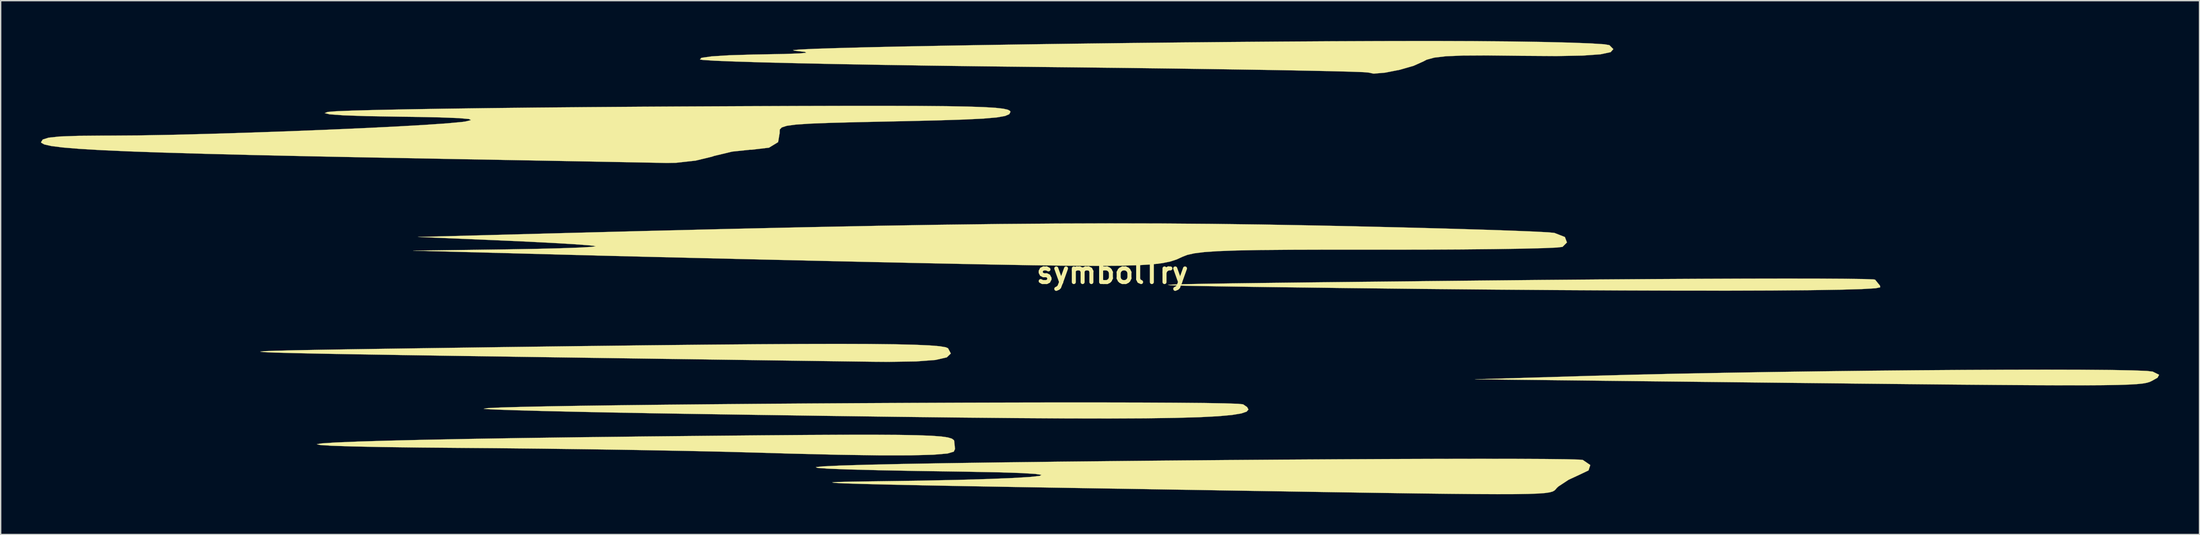
<source format=kicad_pcb>
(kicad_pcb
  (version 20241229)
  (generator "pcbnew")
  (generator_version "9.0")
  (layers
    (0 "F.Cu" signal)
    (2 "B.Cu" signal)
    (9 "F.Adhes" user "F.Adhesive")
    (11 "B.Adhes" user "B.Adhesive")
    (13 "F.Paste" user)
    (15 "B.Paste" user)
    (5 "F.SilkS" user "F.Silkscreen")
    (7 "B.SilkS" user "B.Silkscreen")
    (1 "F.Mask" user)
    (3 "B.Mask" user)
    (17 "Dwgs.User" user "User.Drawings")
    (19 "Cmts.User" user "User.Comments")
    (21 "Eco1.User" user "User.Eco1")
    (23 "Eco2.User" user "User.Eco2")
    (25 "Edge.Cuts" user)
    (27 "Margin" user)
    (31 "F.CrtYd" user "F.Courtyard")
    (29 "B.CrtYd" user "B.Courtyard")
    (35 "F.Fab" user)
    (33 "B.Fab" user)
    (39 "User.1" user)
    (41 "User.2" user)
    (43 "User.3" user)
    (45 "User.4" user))
  (footprint "symbolTry"
    (layer "F.Cu")
    (at 79.733 17.286)
    (property "Reference" "symbolTry" (at 0 0 0) (layer "F.SilkS") (effects (font (size 1.524 1.524) (thickness 0.3))))
    (attr through_hole)
    (fp_poly (pts (xy 72.088 7.224) (xy 74.243 7.242) (xy 75.9 7.272) (xy 76.987 7.314) (xy 77.427 7.366) (xy 77.903 7.602) (xy 77.784 7.82) (xy 77.362 8.058) (xy 77.205 8.132) (xy 76.997 8.196) (xy 76.696 8.251) (xy 76.259 8.296) (xy 75.643 8.332) (xy 74.805 8.359) (xy 73.703 8.377) (xy 72.294 8.386) (xy 70.535 8.385) (xy 68.382 8.376) (xy 65.794 8.358) (xy 62.728 8.332) (xy 59.14 8.296) (xy 54.989 8.253) (xy 50.23 8.2) (xy 44.822 8.139) (xy 43.039 8.119) (xy 26.988 7.938) (xy 35.631 7.68) (xy 38.618 7.599) (xy 41.883 7.524) (xy 45.354 7.457) (xy 48.961 7.396) (xy 52.633 7.344) (xy 56.299 7.299) (xy 59.89 7.264) (xy 63.335 7.239) (xy 66.563 7.223) (xy 69.504 7.218) (xy 72.088 7.224)) (stroke (width 0.01) (type solid)) (fill yes) (layer "F.SilkS"))
    (fp_poly (pts (xy 52.575 0.431) (xy 54.52 0.443) (xy 55.893 0.463) (xy 56.641 0.491) (xy 56.765 0.509) (xy 57.128 0.956) (xy 57.15 1.079) (xy 56.804 1.152) (xy 55.79 1.212) (xy 54.148 1.26) (xy 51.916 1.295) (xy 49.132 1.319) (xy 45.835 1.33) (xy 42.062 1.328) (xy 37.853 1.314) (xy 33.246 1.288) (xy 28.28 1.25) (xy 22.991 1.2) (xy 17.42 1.137) (xy 11.818 1.065) (xy 9.484 1.032) (xy 7.542 1.002) (xy 6.014 0.975) (xy 4.923 0.949) (xy 4.293 0.924) (xy 4.144 0.9) (xy 4.501 0.874) (xy 5.386 0.848) (xy 6.82 0.819) (xy 8.829 0.788) (xy 11.432 0.754) (xy 14.655 0.715) (xy 18.518 0.672) (xy 23.045 0.623) (xy 27.396 0.577) (xy 31.861 0.532) (xy 36.125 0.496) (xy 40.135 0.467) (xy 43.838 0.446) (xy 47.181 0.433) (xy 50.111 0.428) (xy 52.575 0.431)) (stroke (width 0.01) (type solid)) (fill yes) (layer "F.SilkS"))
    (fp_poly (pts (xy -18.053 5.305) (xy -16.176 5.327) (xy -14.704 5.362) (xy -13.606 5.411) (xy -12.847 5.473) (xy -12.394 5.55) (xy -12.227 5.624) (xy -12.02 6.014) (xy -12.318 6.303) (xy -13.165 6.497) (xy -14.605 6.606) (xy -16.684 6.638) (xy -17.815 6.629) (xy -19.216 6.61) (xy -21.222 6.583) (xy -23.734 6.549) (xy -26.652 6.508) (xy -29.875 6.463) (xy -33.304 6.415) (xy -36.838 6.364) (xy -39.158 6.331) (xy -44.452 6.255) (xy -49.058 6.188) (xy -52.991 6.128) (xy -56.269 6.074) (xy -58.908 6.027) (xy -60.926 5.984) (xy -62.339 5.945) (xy -63.163 5.909) (xy -63.416 5.875) (xy -63.113 5.842) (xy -62.273 5.809) (xy -60.911 5.775) (xy -59.045 5.739) (xy -56.691 5.7) (xy -53.866 5.658) (xy -51.682 5.626) (xy -45.359 5.538) (xy -39.707 5.464) (xy -34.695 5.403) (xy -30.289 5.356) (xy -26.454 5.323) (xy -23.159 5.303) (xy -20.37 5.297) (xy -18.053 5.305)) (stroke (width 0.01) (type solid)) (fill yes) (layer "F.SilkS"))
    (fp_poly (pts (xy -15.912 12.081) (xy -14.519 12.106) (xy -13.476 12.145) (xy -12.734 12.2) (xy -12.241 12.271) (xy -11.947 12.359) (xy -11.802 12.464) (xy -11.771 12.52) (xy -11.709 13.135) (xy -11.803 13.333) (xy -12.261 13.469) (xy -13.327 13.56) (xy -15.019 13.606) (xy -17.355 13.607) (xy -20.351 13.563) (xy -24.024 13.475) (xy -26.458 13.403) (xy -28.857 13.338) (xy -31.804 13.274) (xy -35.143 13.213) (xy -38.716 13.157) (xy -42.366 13.109) (xy -45.936 13.071) (xy -47.978 13.055) (xy -51.535 13.024) (xy -54.401 12.986) (xy -56.587 12.941) (xy -58.108 12.89) (xy -58.976 12.834) (xy -59.205 12.775) (xy -58.808 12.712) (xy -57.798 12.647) (xy -56.189 12.581) (xy -53.993 12.514) (xy -51.225 12.447) (xy -47.897 12.381) (xy -44.023 12.317) (xy -39.616 12.256) (xy -34.688 12.198) (xy -34.48 12.196) (xy -29.917 12.149) (xy -26.009 12.112) (xy -22.705 12.086) (xy -19.955 12.072) (xy -17.707 12.07) (xy -15.912 12.081)) (stroke (width 0.01) (type solid)) (fill yes) (layer "F.SilkS"))
    (fp_poly (pts (xy -0.757 9.665) (xy 2.152 9.671) (xy 4.682 9.684) (xy 6.769 9.703) (xy 8.35 9.73) (xy 9.36 9.764) (xy 9.732 9.803) (xy 10.031 10.008) (xy 10.129 10.19) (xy 9.995 10.348) (xy 9.595 10.484) (xy 8.897 10.598) (xy 7.869 10.691) (xy 6.477 10.763) (xy 4.689 10.814) (xy 2.473 10.846) (xy -0.205 10.859) (xy -3.376 10.854) (xy -7.075 10.83) (xy -11.332 10.789) (xy -16.181 10.732) (xy -21.654 10.658) (xy -27.784 10.569) (xy -30.99 10.52) (xy -34.242 10.468) (xy -37.272 10.412) (xy -40.009 10.355) (xy -42.379 10.3) (xy -44.312 10.247) (xy -45.735 10.199) (xy -46.578 10.157) (xy -46.784 10.131) (xy -46.488 10.085) (xy -45.549 10.04) (xy -44.033 9.996) (xy -42.003 9.953) (xy -39.522 9.911) (xy -36.655 9.872) (xy -33.465 9.834) (xy -30.016 9.8) (xy -26.372 9.768) (xy -22.596 9.74) (xy -18.753 9.716) (xy -14.906 9.696) (xy -11.119 9.68) (xy -7.456 9.67) (xy -3.981 9.664) (xy -0.757 9.665)) (stroke (width 0.01) (type solid)) (fill yes) (layer "F.SilkS"))
    (fp_poly (pts (xy 30.004 13.866) (xy 32.149 13.877) (xy 33.734 13.895) (xy 34.708 13.922) (xy 35.013 13.948) (xy 35.57 14.33) (xy 35.439 14.73) (xy 34.837 15.018) (xy 33.958 15.426) (xy 33.202 15.924) (xy 33.08 16.037) (xy 32.995 16.138) (xy 32.906 16.226) (xy 32.77 16.302) (xy 32.546 16.365) (xy 32.193 16.417) (xy 31.668 16.455) (xy 30.931 16.482) (xy 29.939 16.498) (xy 28.651 16.501) (xy 27.025 16.493) (xy 25.02 16.474) (xy 22.594 16.444) (xy 19.705 16.402) (xy 16.312 16.35) (xy 12.373 16.286) (xy 7.846 16.213) (xy 2.69 16.128) (xy -2.117 16.05) (xy -6.76 15.973) (xy -10.714 15.904) (xy -13.994 15.843) (xy -16.616 15.787) (xy -18.597 15.738) (xy -19.951 15.695) (xy -20.696 15.657) (xy -20.847 15.623) (xy -20.419 15.593) (xy -19.429 15.567) (xy -17.894 15.544) (xy -17.639 15.541) (xy -14.372 15.495) (xy -11.564 15.437) (xy -9.239 15.369) (xy -7.422 15.296) (xy -6.137 15.218) (xy -5.41 15.14) (xy -5.265 15.063) (xy -5.727 14.99) (xy -6.82 14.924) (xy -8.57 14.868) (xy -10.936 14.824) (xy -14.539 14.77) (xy -17.438 14.714) (xy -19.638 14.658) (xy -21.141 14.6) (xy -21.95 14.542) (xy -22.068 14.484) (xy -21.497 14.425) (xy -20.24 14.367) (xy -18.301 14.308) (xy -15.682 14.249) (xy -12.386 14.191) (xy -8.415 14.133) (xy -3.774 14.076) (xy 1.537 14.02) (xy 3.704 13.999) (xy 8.307 13.958) (xy 12.715 13.925) (xy 16.875 13.899) (xy 20.736 13.88) (xy 24.246 13.868) (xy 27.353 13.863) (xy 30.004 13.866)) (stroke (width 0.01) (type solid)) (fill yes) (layer "F.SilkS"))
    (fp_poly (pts (xy 23.959 -17.281) (xy 26.881 -17.271) (xy 29.588 -17.247) (xy 31.998 -17.209) (xy 34.028 -17.16) (xy 35.593 -17.101) (xy 36.611 -17.036) (xy 36.991 -16.972) (xy 37.286 -16.673) (xy 37.08 -16.446) (xy 36.333 -16.288) (xy 35.005 -16.193) (xy 33.055 -16.157) (xy 30.445 -16.175) (xy 30.229 -16.179) (xy 27.858 -16.205) (xy 26.09 -16.195) (xy 24.825 -16.143) (xy 23.96 -16.041) (xy 23.394 -15.886) (xy 23.142 -15.754) (xy 22.413 -15.427) (xy 21.388 -15.133) (xy 20.317 -14.923) (xy 19.448 -14.846) (xy 19.048 -14.928) (xy 18.675 -14.959) (xy 17.654 -14.995) (xy 16.041 -15.036) (xy 13.895 -15.08) (xy 11.272 -15.127) (xy 8.229 -15.174) (xy 4.824 -15.223) (xy 1.113 -15.271) (xy -2.845 -15.317) (xy -5.644 -15.347) (xy -9.75 -15.394) (xy -13.655 -15.446) (xy -17.301 -15.503) (xy -20.631 -15.564) (xy -23.584 -15.626) (xy -26.104 -15.689) (xy -28.132 -15.751) (xy -29.61 -15.811) (xy -30.479 -15.868) (xy -30.692 -15.904) (xy -30.577 -16.027) (xy -29.828 -16.133) (xy -28.518 -16.216) (xy -26.718 -16.271) (xy -26.282 -16.278) (xy -24.446 -16.312) (xy -23.286 -16.353) (xy -22.774 -16.404) (xy -22.879 -16.468) (xy -23.573 -16.548) (xy -23.636 -16.553) (xy -23.764 -16.598) (xy -23.244 -16.646) (xy -22.134 -16.698) (xy -20.491 -16.752) (xy -18.374 -16.808) (xy -15.838 -16.865) (xy -12.943 -16.921) (xy -9.746 -16.976) (xy -6.304 -17.03) (xy -2.675 -17.08) (xy 1.083 -17.127) (xy 4.913 -17.169) (xy 8.757 -17.206) (xy 12.557 -17.236) (xy 16.257 -17.26) (xy 19.797 -17.275) (xy 23.121 -17.281) (xy 23.959 -17.281)) (stroke (width 0.01) (type solid)) (fill yes) (layer "F.SilkS"))
    (fp_poly (pts (xy 3.595 -3.678) (xy 7.336 -3.649) (xy 11.067 -3.601) (xy 14.859 -3.533) (xy 15.346 -3.524) (xy 18.732 -3.45) (xy 21.926 -3.374) (xy 24.855 -3.296) (xy 27.444 -3.219) (xy 29.618 -3.146) (xy 31.304 -3.079) (xy 32.426 -3.02) (xy 32.897 -2.975) (xy 33.68 -2.668) (xy 33.832 -2.262) (xy 33.503 -1.933) (xy 33.079 -1.883) (xy 32.029 -1.838) (xy 30.433 -1.799) (xy 28.369 -1.767) (xy 25.916 -1.743) (xy 23.155 -1.728) (xy 20.164 -1.724) (xy 19.705 -1.725) (xy 16.202 -1.726) (xy 13.334 -1.718) (xy 11.033 -1.699) (xy 9.228 -1.665) (xy 7.85 -1.614) (xy 6.828 -1.544) (xy 6.094 -1.452) (xy 5.577 -1.335) (xy 5.207 -1.191) (xy 5.18 -1.177) (xy 4.78 -0.993) (xy 4.313 -0.841) (xy 3.718 -0.72) (xy 2.934 -0.629) (xy 1.901 -0.565) (xy 0.556 -0.528) (xy -1.159 -0.517) (xy -3.308 -0.529) (xy -5.95 -0.565) (xy -9.146 -0.622) (xy -12.958 -0.699) (xy -14.993 -0.742) (xy -18.745 -0.824) (xy -22.776 -0.915) (xy -26.918 -1.011) (xy -31.004 -1.108) (xy -34.867 -1.201) (xy -38.338 -1.288) (xy -40.922 -1.356) (xy -52.035 -1.652) (xy -44.979 -1.749) (xy -42.877 -1.785) (xy -41.077 -1.83) (xy -39.674 -1.88) (xy -38.764 -1.931) (xy -38.441 -1.981) (xy -38.462 -1.992) (xy -38.975 -2.053) (xy -40.07 -2.134) (xy -41.621 -2.226) (xy -43.504 -2.323) (xy -45.341 -2.406) (xy -51.682 -2.673) (xy -41.981 -2.931) (xy -35.024 -3.112) (xy -28.702 -3.267) (xy -22.947 -3.396) (xy -17.688 -3.501) (xy -12.856 -3.582) (xy -8.381 -3.639) (xy -4.194 -3.673) (xy -0.225 -3.686) (xy 3.595 -3.678)) (stroke (width 0.01) (type solid)) (fill yes) (layer "F.SilkS"))
    (fp_poly (pts (xy -14.323 -12.439) (xy -12.331 -12.421) (xy -10.761 -12.392) (xy -9.568 -12.352) (xy -8.703 -12.3) (xy -8.12 -12.235) (xy -7.772 -12.157) (xy -7.611 -12.064) (xy -7.585 -11.994) (xy -7.671 -11.825) (xy -7.983 -11.69) (xy -8.597 -11.583) (xy -9.591 -11.496) (xy -11.043 -11.425) (xy -13.03 -11.362) (xy -15.629 -11.301) (xy -16.228 -11.289) (xy -18.915 -11.232) (xy -20.978 -11.178) (xy -22.497 -11.12) (xy -23.553 -11.049) (xy -24.227 -10.958) (xy -24.599 -10.838) (xy -24.75 -10.682) (xy -24.761 -10.482) (xy -24.756 -10.445) (xy -24.873 -9.742) (xy -25.552 -9.328) (xy -26.845 -9.174) (xy -26.988 -9.172) (xy -28.291 -9.035) (xy -29.64 -8.711) (xy -29.81 -8.653) (xy -31.017 -8.362) (xy -32.476 -8.2) (xy -33.161 -8.188) (xy -33.941 -8.204) (xy -35.338 -8.231) (xy -37.263 -8.267) (xy -39.625 -8.311) (xy -42.338 -8.361) (xy -45.311 -8.415) (xy -48.455 -8.472) (xy -49.212 -8.486) (xy -54.751 -8.589) (xy -59.62 -8.686) (xy -63.858 -8.779) (xy -67.503 -8.871) (xy -70.589 -8.961) (xy -73.156 -9.051) (xy -75.24 -9.144) (xy -76.878 -9.241) (xy -78.107 -9.342) (xy -78.964 -9.451) (xy -79.487 -9.568) (xy -79.712 -9.694) (xy -79.728 -9.741) (xy -79.602 -9.936) (xy -79.165 -10.074) (xy -78.321 -10.163) (xy -76.979 -10.211) (xy -75.046 -10.228) (xy -74.524 -10.228) (xy -72.507 -10.242) (xy -70.1 -10.285) (xy -67.409 -10.352) (xy -64.54 -10.439) (xy -61.598 -10.541) (xy -58.692 -10.655) (xy -55.925 -10.776) (xy -53.406 -10.899) (xy -51.238 -11.022) (xy -49.53 -11.139) (xy -48.386 -11.246) (xy -48.154 -11.278) (xy -47.729 -11.38) (xy -47.88 -11.464) (xy -48.638 -11.532) (xy -50.031 -11.585) (xy -52.09 -11.626) (xy -53.093 -11.639) (xy -55.486 -11.68) (xy -57.211 -11.739) (xy -58.258 -11.815) (xy -58.618 -11.906) (xy -58.385 -11.994) (xy -57.801 -12.042) (xy -56.573 -12.091) (xy -54.76 -12.14) (xy -52.425 -12.188) (xy -49.627 -12.234) (xy -46.428 -12.277) (xy -42.889 -12.317) (xy -39.07 -12.351) (xy -35.031 -12.381) (xy -32.279 -12.397) (xy -27.465 -12.42) (xy -23.31 -12.437) (xy -19.766 -12.446) (xy -16.786 -12.447) (xy -14.323 -12.439)) (stroke (width 0.01) (type solid)) (fill yes) (layer "F.SilkS")))
  (gr_rect
    (start -3 -3)
    (end 160.641 36.792)
    (stroke (width 0.1) (type default))
    (fill no)
    (layer "Edge.Cuts")))
</source>
